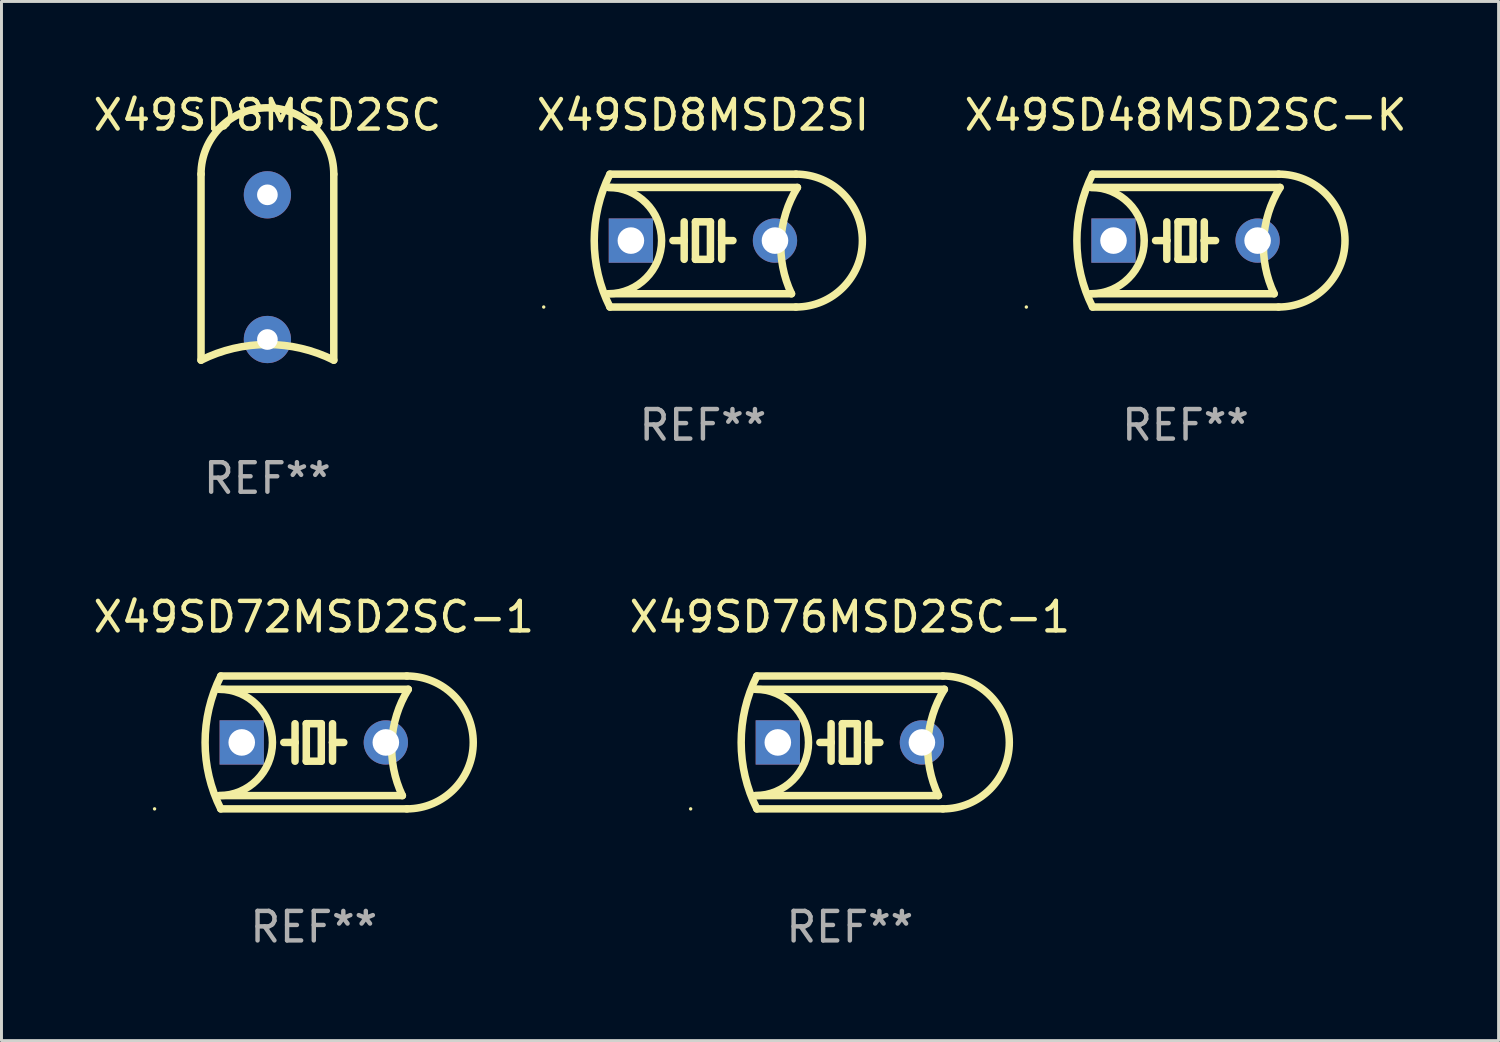
<source format=kicad_pcb>
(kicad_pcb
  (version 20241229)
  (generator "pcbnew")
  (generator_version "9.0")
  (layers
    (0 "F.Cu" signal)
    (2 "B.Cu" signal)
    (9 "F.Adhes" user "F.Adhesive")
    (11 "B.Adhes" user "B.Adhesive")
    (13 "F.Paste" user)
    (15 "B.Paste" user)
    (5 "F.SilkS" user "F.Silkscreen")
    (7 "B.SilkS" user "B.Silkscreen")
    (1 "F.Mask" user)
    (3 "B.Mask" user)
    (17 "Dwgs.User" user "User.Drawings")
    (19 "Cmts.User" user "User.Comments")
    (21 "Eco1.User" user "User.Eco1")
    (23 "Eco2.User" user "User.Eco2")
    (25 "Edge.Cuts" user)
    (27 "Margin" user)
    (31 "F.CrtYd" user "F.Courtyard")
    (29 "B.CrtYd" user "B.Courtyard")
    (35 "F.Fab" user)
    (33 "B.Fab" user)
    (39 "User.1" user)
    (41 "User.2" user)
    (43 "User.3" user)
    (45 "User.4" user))
  (footprint "X49SD72MSD2SC-1"
    (layer "F.Cu")
    (at 7.577 22.094)
    (property "Reference" "X49SD72MSD2SC-1" (at 0 -4.25 0) (layer "F.SilkS") (effects (font (size 1 1) (thickness 0.15))))
    (attr through_hole)
    (fp_line (start -3.2 -1.8) (end 3.2 -1.8) (stroke (width 0.254) (type solid)) (layer "F.SilkS"))
    (fp_line (start -3.15 2.25) (end 3.15 2.25) (stroke (width 0.254) (type solid)) (layer "F.SilkS"))
    (fp_line (start -0.635 -0.635) (end -0.635 0) (stroke (width 0.254) (type solid)) (layer "F.SilkS"))
    (fp_line (start -0.635 0) (end -1.016 0) (stroke (width 0.254) (type solid)) (layer "F.SilkS"))
    (fp_line (start -0.635 0) (end -0.635 0.635) (stroke (width 0.254) (type solid)) (layer "F.SilkS"))
    (fp_line (start -0.254 -0.635) (end -0.254 0.635) (stroke (width 0.254) (type solid)) (layer "F.SilkS"))
    (fp_line (start -0.254 0.635) (end 0.254 0.635) (stroke (width 0.254) (type solid)) (layer "F.SilkS"))
    (fp_line (start 0.254 -0.635) (end -0.254 -0.635) (stroke (width 0.254) (type solid)) (layer "F.SilkS"))
    (fp_line (start 0.254 0.635) (end 0.254 -0.635) (stroke (width 0.254) (type solid)) (layer "F.SilkS"))
    (fp_line (start 0.635 -0.635) (end 0.635 0) (stroke (width 0.254) (type solid)) (layer "F.SilkS"))
    (fp_line (start 0.635 0) (end 0.635 0.635) (stroke (width 0.254) (type solid)) (layer "F.SilkS"))
    (fp_line (start 0.635 0) (end 1.016 0) (stroke (width 0.254) (type solid)) (layer "F.SilkS"))
    (fp_line (start 3 1.8) (end -3.2 1.8) (stroke (width 0.254) (type solid)) (layer "F.SilkS"))
    (fp_line (start 3.15 -2.25) (end -3.15 -2.25) (stroke (width 0.254) (type solid)) (layer "F.SilkS"))
    (fp_arc (start -3.200406 -1.800864) (mid -1.399974 -0.000635) (end -3.2 1.8) (stroke (width 0.254001) (type solid)) (layer "F.SilkS"))
    (fp_arc (start -3.149606 2.250444) (mid -3.680941 0.000261) (end -3.149987 -2.250013) (stroke (width 0.254001) (type solid)) (layer "F.SilkS"))
    (fp_arc (start 2.999746 1.800863) (mid 2.642982 -0.024977) (end 3.2 -1.8) (stroke (width 0.254001) (type solid)) (layer "F.SilkS"))
    (fp_arc (start 3.149607 -2.250445) (mid 5.399848 -0.000406) (end 3.149987 2.250013) (stroke (width 0.254001) (type solid)) (layer "F.SilkS"))
    (fp_circle (center -5.392 2.25) (end -5.362 2.25) (stroke (width 0.06) (type solid)) (fill no) (layer "F.SilkS"))
    (fp_text user "REF**" (at 0 6.25 0) (layer "F.Fab") (effects (font (size 1 1) (thickness 0.15))))
    (pad "1" thru_hole rect (at -2.44 0) (size 1.5 1.5) (drill 0.9) (layers "*.Cu" "*.Mask"))
    (pad "2" thru_hole circle (at 2.44 0) (size 1.5 1.5) (drill 0.9) (layers "*.Cu" "*.Mask")))
  (footprint "X49SD8MSD2SI"
    (layer "F.Cu")
    (at 20.756 5.098)
    (property "Reference" "X49SD8MSD2SI" (at 0 -4.25 0) (layer "F.SilkS") (effects (font (size 1 1) (thickness 0.15))))
    (attr through_hole)
    (fp_line (start -3.2 -1.8) (end 3.2 -1.8) (stroke (width 0.254) (type solid)) (layer "F.SilkS"))
    (fp_line (start -3.15 2.25) (end 3.15 2.25) (stroke (width 0.254) (type solid)) (layer "F.SilkS"))
    (fp_line (start -0.635 -0.635) (end -0.635 0) (stroke (width 0.254) (type solid)) (layer "F.SilkS"))
    (fp_line (start -0.635 0) (end -1.016 0) (stroke (width 0.254) (type solid)) (layer "F.SilkS"))
    (fp_line (start -0.635 0) (end -0.635 0.635) (stroke (width 0.254) (type solid)) (layer "F.SilkS"))
    (fp_line (start -0.254 -0.635) (end -0.254 0.635) (stroke (width 0.254) (type solid)) (layer "F.SilkS"))
    (fp_line (start -0.254 0.635) (end 0.254 0.635) (stroke (width 0.254) (type solid)) (layer "F.SilkS"))
    (fp_line (start 0.254 -0.635) (end -0.254 -0.635) (stroke (width 0.254) (type solid)) (layer "F.SilkS"))
    (fp_line (start 0.254 0.635) (end 0.254 -0.635) (stroke (width 0.254) (type solid)) (layer "F.SilkS"))
    (fp_line (start 0.635 -0.635) (end 0.635 0) (stroke (width 0.254) (type solid)) (layer "F.SilkS"))
    (fp_line (start 0.635 0) (end 0.635 0.635) (stroke (width 0.254) (type solid)) (layer "F.SilkS"))
    (fp_line (start 0.635 0) (end 1.016 0) (stroke (width 0.254) (type solid)) (layer "F.SilkS"))
    (fp_line (start 3 1.8) (end -3.2 1.8) (stroke (width 0.254) (type solid)) (layer "F.SilkS"))
    (fp_line (start 3.15 -2.25) (end -3.15 -2.25) (stroke (width 0.254) (type solid)) (layer "F.SilkS"))
    (fp_arc (start -3.200406 -1.800864) (mid -1.399974 -0.000635) (end -3.2 1.8) (stroke (width 0.254001) (type solid)) (layer "F.SilkS"))
    (fp_arc (start -3.149606 2.250444) (mid -3.680941 0.000261) (end -3.149987 -2.250013) (stroke (width 0.254001) (type solid)) (layer "F.SilkS"))
    (fp_arc (start 2.999746 1.800863) (mid 2.642982 -0.024977) (end 3.2 -1.8) (stroke (width 0.254001) (type solid)) (layer "F.SilkS"))
    (fp_arc (start 3.149607 -2.250445) (mid 5.399848 -0.000406) (end 3.149987 2.250013) (stroke (width 0.254001) (type solid)) (layer "F.SilkS"))
    (fp_circle (center -5.392 2.25) (end -5.362 2.25) (stroke (width 0.06) (type solid)) (fill no) (layer "F.SilkS"))
    (fp_text user "REF**" (at 0 6.25 0) (layer "F.Fab") (effects (font (size 1 1) (thickness 0.15))))
    (pad "1" thru_hole rect (at -2.44 0) (size 1.5 1.5) (drill 0.9) (layers "*.Cu" "*.Mask"))
    (pad "2" thru_hole circle (at 2.44 0) (size 1.5 1.5) (drill 0.9) (layers "*.Cu" "*.Mask")))
  (footprint "X49SD48MSD2SC-K"
    (layer "F.Cu")
    (at 37.101 5.098)
    (property "Reference" "X49SD48MSD2SC-K" (at 0 -4.25 0) (layer "F.SilkS") (effects (font (size 1 1) (thickness 0.15))))
    (attr through_hole)
    (fp_line (start -3.2 -1.8) (end 3.2 -1.8) (stroke (width 0.254) (type solid)) (layer "F.SilkS"))
    (fp_line (start -3.15 2.25) (end 3.15 2.25) (stroke (width 0.254) (type solid)) (layer "F.SilkS"))
    (fp_line (start -0.635 -0.635) (end -0.635 0) (stroke (width 0.254) (type solid)) (layer "F.SilkS"))
    (fp_line (start -0.635 0) (end -1.016 0) (stroke (width 0.254) (type solid)) (layer "F.SilkS"))
    (fp_line (start -0.635 0) (end -0.635 0.635) (stroke (width 0.254) (type solid)) (layer "F.SilkS"))
    (fp_line (start -0.254 -0.635) (end -0.254 0.635) (stroke (width 0.254) (type solid)) (layer "F.SilkS"))
    (fp_line (start -0.254 0.635) (end 0.254 0.635) (stroke (width 0.254) (type solid)) (layer "F.SilkS"))
    (fp_line (start 0.254 -0.635) (end -0.254 -0.635) (stroke (width 0.254) (type solid)) (layer "F.SilkS"))
    (fp_line (start 0.254 0.635) (end 0.254 -0.635) (stroke (width 0.254) (type solid)) (layer "F.SilkS"))
    (fp_line (start 0.635 -0.635) (end 0.635 0) (stroke (width 0.254) (type solid)) (layer "F.SilkS"))
    (fp_line (start 0.635 0) (end 0.635 0.635) (stroke (width 0.254) (type solid)) (layer "F.SilkS"))
    (fp_line (start 0.635 0) (end 1.016 0) (stroke (width 0.254) (type solid)) (layer "F.SilkS"))
    (fp_line (start 3 1.8) (end -3.2 1.8) (stroke (width 0.254) (type solid)) (layer "F.SilkS"))
    (fp_line (start 3.15 -2.25) (end -3.15 -2.25) (stroke (width 0.254) (type solid)) (layer "F.SilkS"))
    (fp_arc (start -3.200406 -1.800864) (mid -1.399974 -0.000635) (end -3.2 1.8) (stroke (width 0.254001) (type solid)) (layer "F.SilkS"))
    (fp_arc (start -3.149606 2.250444) (mid -3.680941 0.000261) (end -3.149987 -2.250013) (stroke (width 0.254001) (type solid)) (layer "F.SilkS"))
    (fp_arc (start 2.999746 1.800863) (mid 2.642982 -0.024977) (end 3.2 -1.8) (stroke (width 0.254001) (type solid)) (layer "F.SilkS"))
    (fp_arc (start 3.149607 -2.250445) (mid 5.399848 -0.000406) (end 3.149987 2.250013) (stroke (width 0.254001) (type solid)) (layer "F.SilkS"))
    (fp_circle (center -5.392 2.25) (end -5.362 2.25) (stroke (width 0.06) (type solid)) (fill no) (layer "F.SilkS"))
    (fp_text user "REF**" (at 0 6.25 0) (layer "F.Fab") (effects (font (size 1 1) (thickness 0.15))))
    (pad "1" thru_hole rect (at -2.44 0) (size 1.5 1.5) (drill 0.9) (layers "*.Cu" "*.Mask"))
    (pad "2" thru_hole circle (at 2.44 0) (size 1.5 1.5) (drill 0.9) (layers "*.Cu" "*.Mask")))
  (footprint "X49SD8MSD2SC"
    (layer "F.Cu")
    (at 6.006 5.998)
    (property "Reference" "X49SD8MSD2SC" (at 0 -5.15 0) (layer "F.SilkS") (effects (font (size 1 1) (thickness 0.15))))
    (attr through_hole)
    (fp_line (start -2.248 3.15) (end -2.248 -3.15) (stroke (width 0.254) (type solid)) (layer "F.SilkS"))
    (fp_line (start 2.248 3.15) (end 2.248 -3.15) (stroke (width 0.254) (type solid)) (layer "F.SilkS"))
    (fp_arc (start -2.247904 -3.149606) (mid 0 -5.39751) (end 2.247904 -3.149606) (stroke (width 0.254001) (type solid)) (layer "F.SilkS"))
    (fp_arc (start -2.247904 3.149606) (mid 0 2.618948) (end 2.247905 3.149606) (stroke (width 0.254001) (type solid)) (layer "F.SilkS"))
    (fp_circle (center -2.375 -5.398) (end -2.345 -5.398) (stroke (width 0.06) (type solid)) (fill no) (layer "F.SilkS"))
    (fp_text user "REF**" (at 0 7.15 0) (layer "F.Fab") (effects (font (size 1 1) (thickness 0.15))))
    (pad "1" thru_hole circle (at 0 -2.45) (size 1.6 1.6) (drill 0.7) (layers "*.Cu" "*.Mask"))
    (pad "2" thru_hole circle (at 0 2.45) (size 1.6 1.6) (drill 0.7) (layers "*.Cu" "*.Mask")))
  (footprint "X49SD76MSD2SC-1"
    (layer "F.Cu")
    (at 25.732 22.094)
    (property "Reference" "X49SD76MSD2SC-1" (at 0 -4.25 0) (layer "F.SilkS") (effects (font (size 1 1) (thickness 0.15))))
    (attr through_hole)
    (fp_line (start -3.2 -1.8) (end 3.2 -1.8) (stroke (width 0.254) (type solid)) (layer "F.SilkS"))
    (fp_line (start -3.15 2.25) (end 3.15 2.25) (stroke (width 0.254) (type solid)) (layer "F.SilkS"))
    (fp_line (start -0.635 -0.635) (end -0.635 0) (stroke (width 0.254) (type solid)) (layer "F.SilkS"))
    (fp_line (start -0.635 0) (end -1.016 0) (stroke (width 0.254) (type solid)) (layer "F.SilkS"))
    (fp_line (start -0.635 0) (end -0.635 0.635) (stroke (width 0.254) (type solid)) (layer "F.SilkS"))
    (fp_line (start -0.254 -0.635) (end -0.254 0.635) (stroke (width 0.254) (type solid)) (layer "F.SilkS"))
    (fp_line (start -0.254 0.635) (end 0.254 0.635) (stroke (width 0.254) (type solid)) (layer "F.SilkS"))
    (fp_line (start 0.254 -0.635) (end -0.254 -0.635) (stroke (width 0.254) (type solid)) (layer "F.SilkS"))
    (fp_line (start 0.254 0.635) (end 0.254 -0.635) (stroke (width 0.254) (type solid)) (layer "F.SilkS"))
    (fp_line (start 0.635 -0.635) (end 0.635 0) (stroke (width 0.254) (type solid)) (layer "F.SilkS"))
    (fp_line (start 0.635 0) (end 0.635 0.635) (stroke (width 0.254) (type solid)) (layer "F.SilkS"))
    (fp_line (start 0.635 0) (end 1.016 0) (stroke (width 0.254) (type solid)) (layer "F.SilkS"))
    (fp_line (start 3 1.8) (end -3.2 1.8) (stroke (width 0.254) (type solid)) (layer "F.SilkS"))
    (fp_line (start 3.15 -2.25) (end -3.15 -2.25) (stroke (width 0.254) (type solid)) (layer "F.SilkS"))
    (fp_arc (start -3.200406 -1.800864) (mid -1.399974 -0.000635) (end -3.2 1.8) (stroke (width 0.254001) (type solid)) (layer "F.SilkS"))
    (fp_arc (start -3.149606 2.250444) (mid -3.680941 0.000261) (end -3.149987 -2.250013) (stroke (width 0.254001) (type solid)) (layer "F.SilkS"))
    (fp_arc (start 2.999746 1.800863) (mid 2.642982 -0.024977) (end 3.2 -1.8) (stroke (width 0.254001) (type solid)) (layer "F.SilkS"))
    (fp_arc (start 3.149607 -2.250445) (mid 5.399848 -0.000406) (end 3.149987 2.250013) (stroke (width 0.254001) (type solid)) (layer "F.SilkS"))
    (fp_circle (center -5.392 2.25) (end -5.362 2.25) (stroke (width 0.06) (type solid)) (fill no) (layer "F.SilkS"))
    (fp_text user "REF**" (at 0 6.25 0) (layer "F.Fab") (effects (font (size 1 1) (thickness 0.15))))
    (pad "1" thru_hole rect (at -2.44 0) (size 1.5 1.5) (drill 0.9) (layers "*.Cu" "*.Mask"))
    (pad "2" thru_hole circle (at 2.44 0) (size 1.5 1.5) (drill 0.9) (layers "*.Cu" "*.Mask")))
  (gr_rect
    (start -3 -3)
    (end 47.702 32.192)
    (stroke (width 0.1) (type default))
    (fill no)
    (layer "Edge.Cuts")))
</source>
